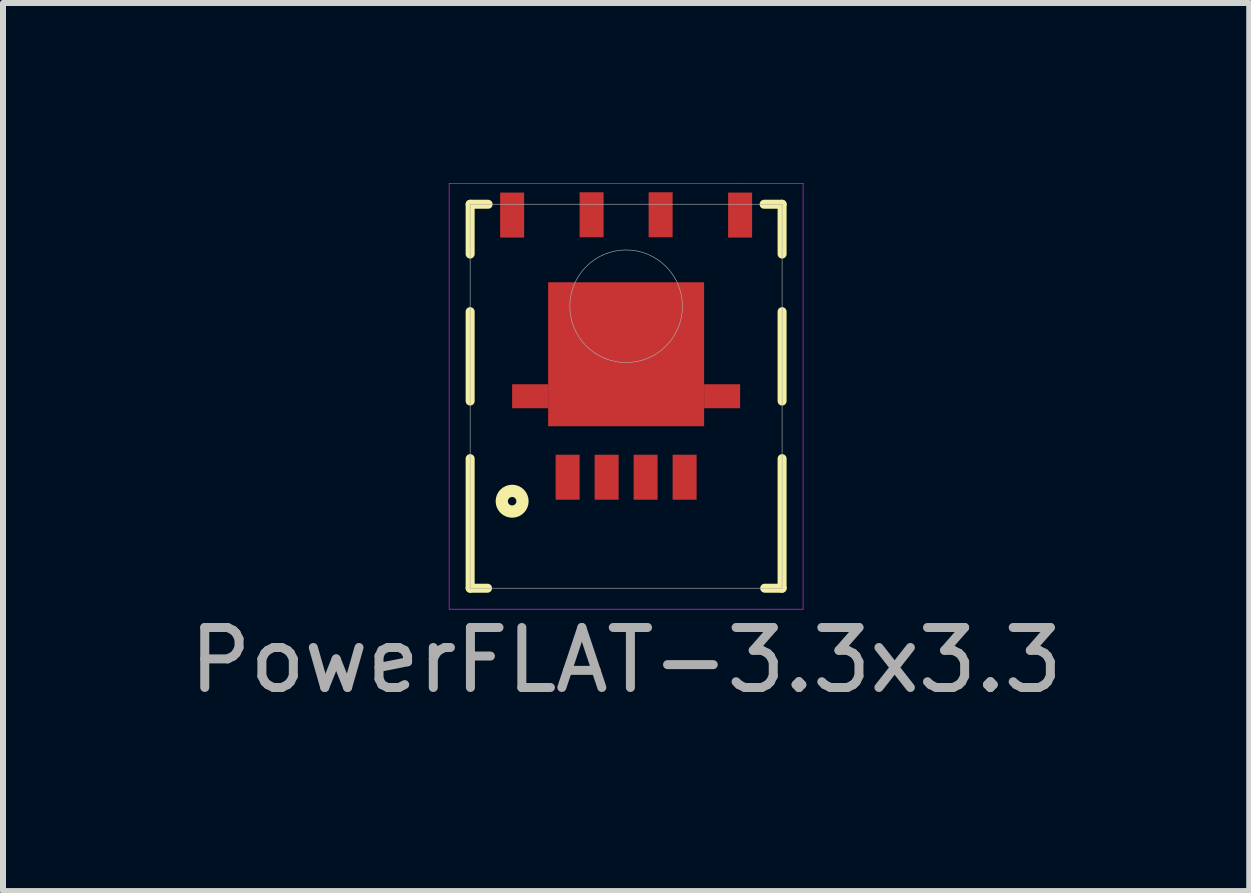
<source format=kicad_pcb>
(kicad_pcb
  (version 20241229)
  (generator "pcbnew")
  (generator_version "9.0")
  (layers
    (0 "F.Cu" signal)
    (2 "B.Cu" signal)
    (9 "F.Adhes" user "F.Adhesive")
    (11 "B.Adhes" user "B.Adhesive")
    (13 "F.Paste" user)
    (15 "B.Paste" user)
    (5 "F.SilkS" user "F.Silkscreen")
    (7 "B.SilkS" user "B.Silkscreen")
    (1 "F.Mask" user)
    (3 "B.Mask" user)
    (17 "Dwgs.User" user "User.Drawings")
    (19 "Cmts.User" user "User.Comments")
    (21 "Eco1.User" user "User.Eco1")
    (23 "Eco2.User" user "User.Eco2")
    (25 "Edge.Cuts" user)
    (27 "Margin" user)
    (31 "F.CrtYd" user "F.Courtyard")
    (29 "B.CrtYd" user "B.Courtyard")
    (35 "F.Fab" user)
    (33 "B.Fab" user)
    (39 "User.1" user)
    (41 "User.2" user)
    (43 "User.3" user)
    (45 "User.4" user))
  (footprint "PowerFLAT-3.3x3.3"
    (layer "F.Cu")
    (at 7.387 3.555)
    (property "Reference" "PowerFLAT-3.3x3.3" (at 0 4.4 0) (layer "F.Fab") (effects (font (size 1 1) (thickness 0.15))))
    (attr through_hole)
    (fp_line (start -2.6 -3.2) (end -2.6 -2.37) (stroke (width 0.15) (type solid)) (layer "F.SilkS"))
    (fp_line (start -2.6 -1.41) (end -2.6 0.08) (stroke (width 0.15) (type solid)) (layer "F.SilkS"))
    (fp_line (start -2.6 1.04) (end -2.6 3.2) (stroke (width 0.15) (type solid)) (layer "F.SilkS"))
    (fp_line (start -2.6 3.2) (end -2.31 3.2) (stroke (width 0.15) (type solid)) (layer "F.SilkS"))
    (fp_line (start -2.3 -3.2) (end -2.6 -3.2) (stroke (width 0.15) (type solid)) (layer "F.SilkS"))
    (fp_line (start 2.6 -3.2) (end 2.3 -3.2) (stroke (width 0.15) (type solid)) (layer "F.SilkS"))
    (fp_line (start 2.6 -2.37) (end 2.6 -3.2) (stroke (width 0.15) (type solid)) (layer "F.SilkS"))
    (fp_line (start 2.6 0.08) (end 2.6 -1.41) (stroke (width 0.15) (type solid)) (layer "F.SilkS"))
    (fp_line (start 2.6 1.04) (end 2.6 3.2) (stroke (width 0.15) (type solid)) (layer "F.SilkS"))
    (fp_line (start 2.6 3.2) (end 2.31 3.2) (stroke (width 0.15) (type solid)) (layer "F.SilkS"))
    (fp_circle (center -1.9 1.75) (end -1.85 1.8) (stroke (width 0.15) (type solid)) (fill no) (layer "F.SilkS"))
    (fp_circle (center -1.9 1.75) (end -1.7 1.75) (stroke (width 0.15) (type solid)) (fill no) (layer "F.SilkS"))
    (fp_line (start -2.95 -3.55) (end 1.9 -3.55) (stroke (width 0.01) (type solid)) (layer "F.CrtYd"))
    (fp_line (start -2.95 3.55) (end -2.95 -3.55) (stroke (width 0.01) (type solid)) (layer "F.CrtYd"))
    (fp_line (start 1.9 -3.55) (end 2.95 -3.55) (stroke (width 0.01) (type solid)) (layer "F.CrtYd"))
    (fp_line (start 2.95 -3.55) (end 2.95 3.55) (stroke (width 0.01) (type solid)) (layer "F.CrtYd"))
    (fp_line (start 2.95 3.55) (end -2.95 3.55) (stroke (width 0.01) (type solid)) (layer "F.CrtYd"))
    (fp_line (start -2.6 -3.2) (end 2.6 -3.2) (stroke (width 0.01) (type solid)) (layer "F.Fab"))
    (fp_line (start -2.6 3.2) (end -2.6 -3.2) (stroke (width 0.01) (type solid)) (layer "F.Fab"))
    (fp_line (start 2.6 -3.2) (end 2.6 3.2) (stroke (width 0.01) (type solid)) (layer "F.Fab"))
    (fp_line (start 2.6 3.2) (end -2.6 3.2) (stroke (width 0.01) (type solid)) (layer "F.Fab"))
    (fp_circle (center 0 -1.5) (end 0.7 -2.125) (stroke (width 0.01) (type solid)) (fill no) (layer "F.Fab"))
    (pad "1" smd rect (at -0.975 1.35) (size 0.4 0.75) (layers "F.Cu" "F.Mask" "F.Paste"))
    (pad "2" smd rect (at -0.325 1.35) (size 0.4 0.75) (layers "F.Cu" "F.Mask" "F.Paste"))
    (pad "3" smd rect (at 0.325 1.35) (size 0.4 0.75) (layers "F.Cu" "F.Mask" "F.Paste"))
    (pad "4" smd rect (at 0.975 1.35) (size 0.4 0.75) (layers "F.Cu" "F.Mask" "F.Paste"))
    (pad "5" smd rect (at 1.9 -3.02) (size 0.4 0.75) (layers "F.Cu" "F.Mask" "F.Paste"))
    (pad "6" smd rect (at 0.575 -3.025) (size 0.4 0.75) (layers "F.Cu" "F.Mask" "F.Paste"))
    (pad "7" smd rect (at -0.575 -3.025) (size 0.4 0.75) (layers "F.Cu" "F.Mask" "F.Paste"))
    (pad "8" smd rect (at -1.9 -3.02) (size 0.4 0.75) (layers "F.Cu" "F.Mask" "F.Paste"))
    (pad "D1" smd rect (at 0 -0.7) (size 2.6 2.4) (layers "F.Cu" "F.Mask" "F.Paste"))
    (pad "D1" smd rect (at 1.6 0) (size 0.6 0.4) (layers "F.Cu" "F.Mask" "F.Paste"))
    (pad "D2" smd rect (at -1.6 0) (size 0.6 0.4) (layers "F.Cu" "F.Mask" "F.Paste")))
  (gr_rect
    (start -3 -3)
    (end 17.774 11.803)
    (stroke (width 0.1) (type default))
    (fill no)
    (layer "Edge.Cuts")))
</source>
